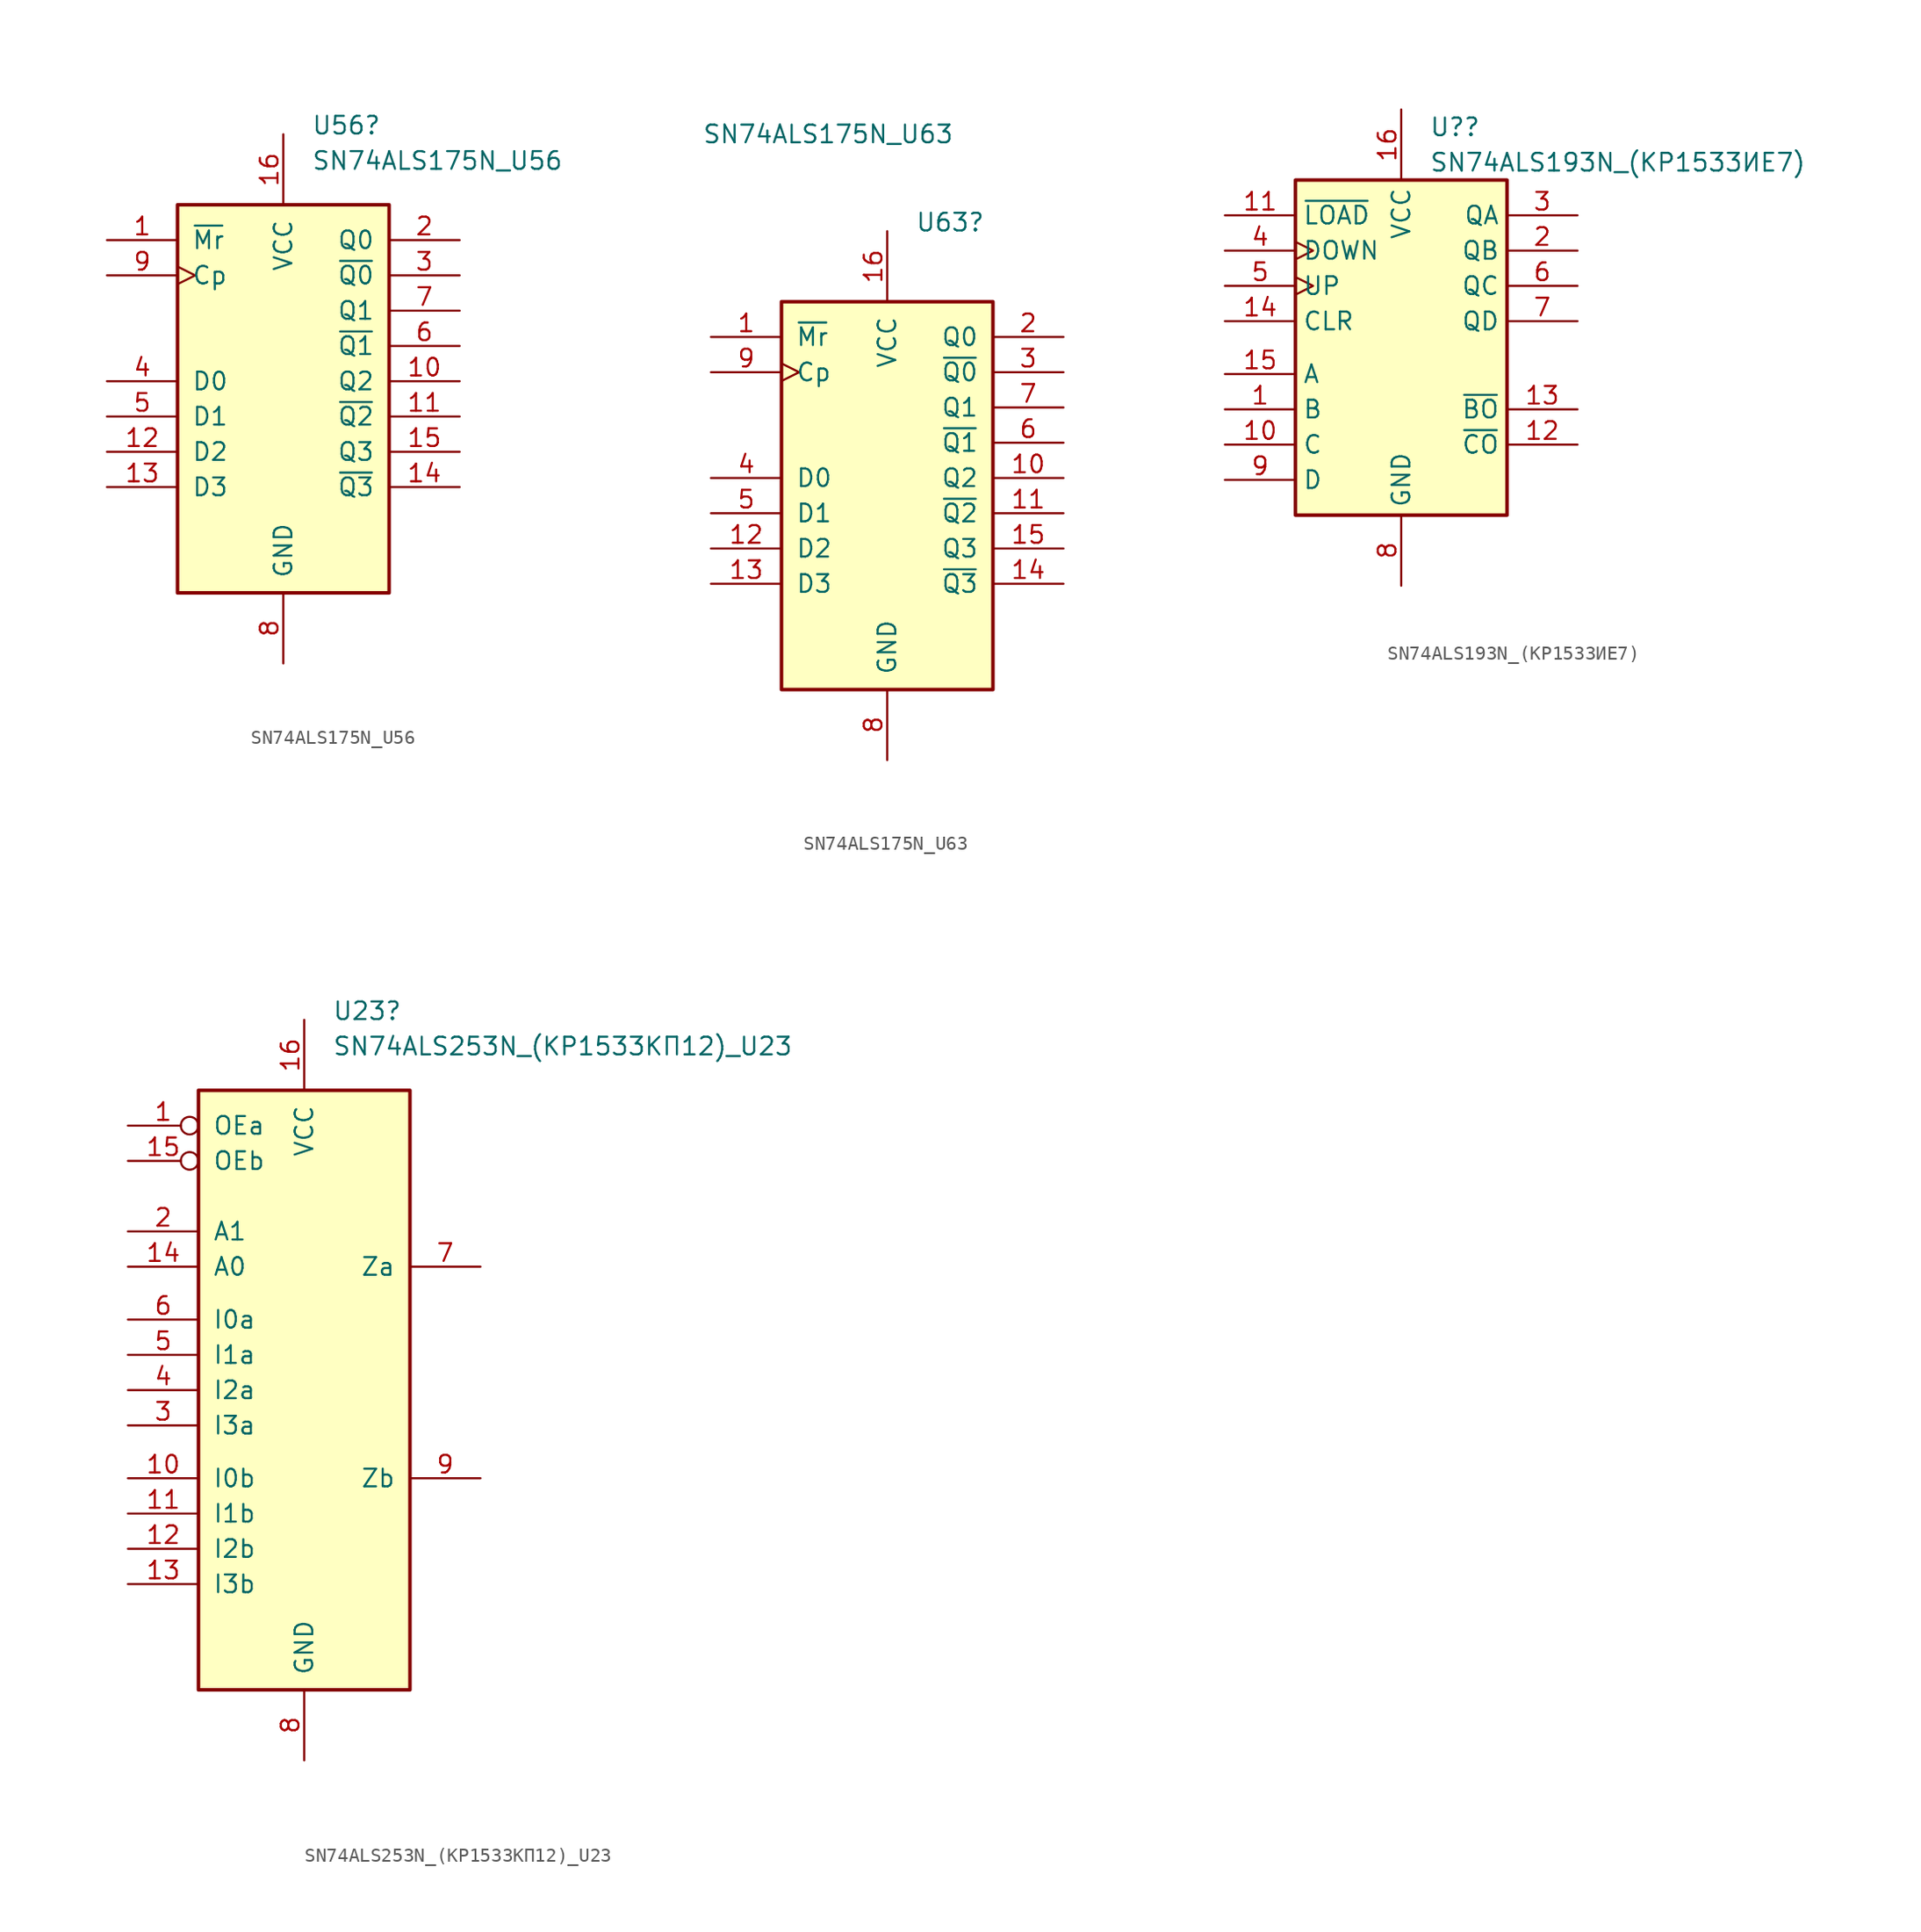
<source format=kicad_sym>
(kicad_symbol_lib
  (version 20211014)
  (generator kicad_symbol_editor)
  (symbol "SN74ALS175N_U56"
    (pin_names
      (offset 1.016))
    (property "Reference" "U56"
      (at 2.019 18.415 0)
      (effects (font (size 1.27 1.27)) (justify left)))
    (property "Value" "SN74ALS175N_U56"
      (at 2.019 15.875 0)
      (effects (font (size 1.27 1.27)) (justify left)))
    (property "ki_locked" ""
      (at 0 0 0)
      (effects (font (size 1.27 1.27))))
    (symbol "SN74ALS175N_U56_1_0"
      (pin input line (at -12.7 10.16 0) (length 5.08) (name "~{Mr}" (effects (font (size 1.27 1.27)))) (number "1" (effects (font (size 1.27 1.27)))))
      (pin output line (at 12.7 0 180) (length 5.08) (name "Q2" (effects (font (size 1.27 1.27)))) (number "10" (effects (font (size 1.27 1.27)))))
      (pin output line (at 12.7 -2.54 180) (length 5.08) (name "~{Q2}" (effects (font (size 1.27 1.27)))) (number "11" (effects (font (size 1.27 1.27)))))
      (pin input line (at -12.7 -5.08 0) (length 5.08) (name "D2" (effects (font (size 1.27 1.27)))) (number "12" (effects (font (size 1.27 1.27)))))
      (pin input line (at -12.7 -7.62 0) (length 5.08) (name "D3" (effects (font (size 1.27 1.27)))) (number "13" (effects (font (size 1.27 1.27)))))
      (pin output line (at 12.7 -7.62 180) (length 5.08) (name "~{Q3}" (effects (font (size 1.27 1.27)))) (number "14" (effects (font (size 1.27 1.27)))))
      (pin output line (at 12.7 -5.08 180) (length 5.08) (name "Q3" (effects (font (size 1.27 1.27)))) (number "15" (effects (font (size 1.27 1.27)))))
      (pin power_in line (at 0 17.78 270) (length 5.08) (name "VCC" (effects (font (size 1.27 1.27)))) (number "16" (effects (font (size 1.27 1.27)))))
      (pin output line (at 12.7 10.16 180) (length 5.08) (name "Q0" (effects (font (size 1.27 1.27)))) (number "2" (effects (font (size 1.27 1.27)))))
      (pin output line (at 12.7 7.62 180) (length 5.08) (name "~{Q0}" (effects (font (size 1.27 1.27)))) (number "3" (effects (font (size 1.27 1.27)))))
      (pin input line (at -12.7 0 0) (length 5.08) (name "D0" (effects (font (size 1.27 1.27)))) (number "4" (effects (font (size 1.27 1.27)))))
      (pin input line (at -12.7 -2.54 0) (length 5.08) (name "D1" (effects (font (size 1.27 1.27)))) (number "5" (effects (font (size 1.27 1.27)))))
      (pin output line (at 12.7 2.54 180) (length 5.08) (name "~{Q1}" (effects (font (size 1.27 1.27)))) (number "6" (effects (font (size 1.27 1.27)))))
      (pin output line (at 12.7 5.08 180) (length 5.08) (name "Q1" (effects (font (size 1.27 1.27)))) (number "7" (effects (font (size 1.27 1.27)))))
      (pin power_in line (at 0 -20.32 90) (length 5.08) (name "GND" (effects (font (size 1.27 1.27)))) (number "8" (effects (font (size 1.27 1.27)))))
      (pin input clock (at -12.7 7.62 0) (length 5.08) (name "Cp" (effects (font (size 1.27 1.27)))) (number "9" (effects (font (size 1.27 1.27))))))
    (symbol "SN74ALS175N_U56_1_1"
      (rectangle (start -7.62 12.7) (end 7.62 -15.24) (stroke (width 0.254) (type default) (color 0 0 0 0)) (fill (type background)))))
  (symbol "SN74ALS175N_U63"
    (pin_names
      (offset 1.016))
    (property "Reference" "U63"
      (at 2.019 18.415 0)
      (effects (font (size 1.27 1.27)) (justify left)))
    (property "Value" "SN74ALS175N_U63"
      (at -13.335 24.765 0)
      (effects (font (size 1.27 1.27)) (justify left)))
    (property "ki_locked" ""
      (at 0 0 0)
      (effects (font (size 1.27 1.27))))
    (symbol "SN74ALS175N_U63_1_0"
      (pin input line (at -12.7 10.16 0) (length 5.08) (name "~{Mr}" (effects (font (size 1.27 1.27)))) (number "1" (effects (font (size 1.27 1.27)))))
      (pin output line (at 12.7 0 180) (length 5.08) (name "Q2" (effects (font (size 1.27 1.27)))) (number "10" (effects (font (size 1.27 1.27)))))
      (pin output line (at 12.7 -2.54 180) (length 5.08) (name "~{Q2}" (effects (font (size 1.27 1.27)))) (number "11" (effects (font (size 1.27 1.27)))))
      (pin input line (at -12.7 -5.08 0) (length 5.08) (name "D2" (effects (font (size 1.27 1.27)))) (number "12" (effects (font (size 1.27 1.27)))))
      (pin input line (at -12.7 -7.62 0) (length 5.08) (name "D3" (effects (font (size 1.27 1.27)))) (number "13" (effects (font (size 1.27 1.27)))))
      (pin output line (at 12.7 -7.62 180) (length 5.08) (name "~{Q3}" (effects (font (size 1.27 1.27)))) (number "14" (effects (font (size 1.27 1.27)))))
      (pin output line (at 12.7 -5.08 180) (length 5.08) (name "Q3" (effects (font (size 1.27 1.27)))) (number "15" (effects (font (size 1.27 1.27)))))
      (pin power_in line (at 0 17.78 270) (length 5.08) (name "VCC" (effects (font (size 1.27 1.27)))) (number "16" (effects (font (size 1.27 1.27)))))
      (pin output line (at 12.7 10.16 180) (length 5.08) (name "Q0" (effects (font (size 1.27 1.27)))) (number "2" (effects (font (size 1.27 1.27)))))
      (pin output line (at 12.7 7.62 180) (length 5.08) (name "~{Q0}" (effects (font (size 1.27 1.27)))) (number "3" (effects (font (size 1.27 1.27)))))
      (pin input line (at -12.7 0 0) (length 5.08) (name "D0" (effects (font (size 1.27 1.27)))) (number "4" (effects (font (size 1.27 1.27)))))
      (pin input line (at -12.7 -2.54 0) (length 5.08) (name "D1" (effects (font (size 1.27 1.27)))) (number "5" (effects (font (size 1.27 1.27)))))
      (pin output line (at 12.7 2.54 180) (length 5.08) (name "~{Q1}" (effects (font (size 1.27 1.27)))) (number "6" (effects (font (size 1.27 1.27)))))
      (pin output line (at 12.7 5.08 180) (length 5.08) (name "Q1" (effects (font (size 1.27 1.27)))) (number "7" (effects (font (size 1.27 1.27)))))
      (pin power_in line (at 0 -20.32 90) (length 5.08) (name "GND" (effects (font (size 1.27 1.27)))) (number "8" (effects (font (size 1.27 1.27)))))
      (pin input clock (at -12.7 7.62 0) (length 5.08) (name "Cp" (effects (font (size 1.27 1.27)))) (number "9" (effects (font (size 1.27 1.27))))))
    (symbol "SN74ALS175N_U63_1_1"
      (rectangle (start -7.62 12.7) (end 7.62 -15.24) (stroke (width 0.254) (type default) (color 0 0 0 0)) (fill (type background)))))
  (symbol "SN74ALS193N_(КР1533ИЕ7)"
    (property "Reference" "U?"
      (at 2.019 16.51 0)
      (effects (font (size 1.27 1.27)) (justify left)))
    (property "Value" "SN74ALS193N_(КР1533ИЕ7)"
      (at 2.019 13.97 0)
      (effects (font (size 1.27 1.27)) (justify left)))
    (symbol "SN74ALS193N_(КР1533ИЕ7)_1_0"
      (pin input line (at -12.7 -3.81 0) (length 5.08) (name "B" (effects (font (size 1.27 1.27)))) (number "1" (effects (font (size 1.27 1.27)))))
      (pin input line (at -12.7 -6.35 0) (length 5.08) (name "C" (effects (font (size 1.27 1.27)))) (number "10" (effects (font (size 1.27 1.27)))))
      (pin input line (at -12.7 10.16 0) (length 5.08) (name "~{LOAD}" (effects (font (size 1.27 1.27)))) (number "11" (effects (font (size 1.27 1.27)))))
      (pin output line (at 12.7 -6.35 180) (length 5.08) (name "~{CO}" (effects (font (size 1.27 1.27)))) (number "12" (effects (font (size 1.27 1.27)))))
      (pin output line (at 12.7 -3.81 180) (length 5.08) (name "~{BO}" (effects (font (size 1.27 1.27)))) (number "13" (effects (font (size 1.27 1.27)))))
      (pin input line (at -12.7 2.54 0) (length 5.08) (name "CLR" (effects (font (size 1.27 1.27)))) (number "14" (effects (font (size 1.27 1.27)))))
      (pin input line (at -12.7 -1.27 0) (length 5.08) (name "A" (effects (font (size 1.27 1.27)))) (number "15" (effects (font (size 1.27 1.27)))))
      (pin power_in line (at 0 17.78 270) (length 5.08) (name "VCC" (effects (font (size 1.27 1.27)))) (number "16" (effects (font (size 1.27 1.27)))))
      (pin output line (at 12.7 7.62 180) (length 5.08) (name "QB" (effects (font (size 1.27 1.27)))) (number "2" (effects (font (size 1.27 1.27)))))
      (pin output line (at 12.7 10.16 180) (length 5.08) (name "QA" (effects (font (size 1.27 1.27)))) (number "3" (effects (font (size 1.27 1.27)))))
      (pin input clock (at -12.7 7.62 0) (length 5.08) (name "DOWN" (effects (font (size 1.27 1.27)))) (number "4" (effects (font (size 1.27 1.27)))))
      (pin input clock (at -12.7 5.08 0) (length 5.08) (name "UP" (effects (font (size 1.27 1.27)))) (number "5" (effects (font (size 1.27 1.27)))))
      (pin output line (at 12.7 5.08 180) (length 5.08) (name "QC" (effects (font (size 1.27 1.27)))) (number "6" (effects (font (size 1.27 1.27)))))
      (pin output line (at 12.7 2.54 180) (length 5.08) (name "QD" (effects (font (size 1.27 1.27)))) (number "7" (effects (font (size 1.27 1.27)))))
      (pin power_in line (at 0 -16.51 90) (length 5.08) (name "GND" (effects (font (size 1.27 1.27)))) (number "8" (effects (font (size 1.27 1.27)))))
      (pin input line (at -12.7 -8.89 0) (length 5.08) (name "D" (effects (font (size 1.27 1.27)))) (number "9" (effects (font (size 1.27 1.27))))))
    (symbol "SN74ALS193N_(КР1533ИЕ7)_1_1"
      (rectangle (start -7.62 12.7) (end 7.62 -11.43) (stroke (width 0.254) (type default) (color 0 0 0 0)) (fill (type background)))))
  (symbol "SN74ALS253N_(КР1533КП12)_U23"
    (pin_names
      (offset 1.016))
    (property "Reference" "U23"
      (at 2.019 26.035 0)
      (effects (font (size 1.27 1.27)) (justify left)))
    (property "Value" "SN74ALS253N_(КР1533КП12)_U23"
      (at 2.019 23.495 0)
      (effects (font (size 1.27 1.27)) (justify left)))
    (property "ki_locked" ""
      (at 0 0 0)
      (effects (font (size 1.27 1.27))))
    (symbol "SN74ALS253N_(КР1533КП12)_U23_1_0"
      (pin input inverted (at -12.7 17.78 0) (length 5.08) (name "OEa" (effects (font (size 1.27 1.27)))) (number "1" (effects (font (size 1.27 1.27)))))
      (pin input line (at -12.7 -7.62 0) (length 5.08) (name "I0b" (effects (font (size 1.27 1.27)))) (number "10" (effects (font (size 1.27 1.27)))))
      (pin input line (at -12.7 -10.16 0) (length 5.08) (name "I1b" (effects (font (size 1.27 1.27)))) (number "11" (effects (font (size 1.27 1.27)))))
      (pin input line (at -12.7 -12.7 0) (length 5.08) (name "I2b" (effects (font (size 1.27 1.27)))) (number "12" (effects (font (size 1.27 1.27)))))
      (pin input line (at -12.7 -15.24 0) (length 5.08) (name "I3b" (effects (font (size 1.27 1.27)))) (number "13" (effects (font (size 1.27 1.27)))))
      (pin input line (at -12.7 7.62 0) (length 5.08) (name "A0" (effects (font (size 1.27 1.27)))) (number "14" (effects (font (size 1.27 1.27)))))
      (pin input inverted (at -12.7 15.24 0) (length 5.08) (name "OEb" (effects (font (size 1.27 1.27)))) (number "15" (effects (font (size 1.27 1.27)))))
      (pin power_in line (at 0 25.4 270) (length 5.08) (name "VCC" (effects (font (size 1.27 1.27)))) (number "16" (effects (font (size 1.27 1.27)))))
      (pin input line (at -12.7 10.16 0) (length 5.08) (name "A1" (effects (font (size 1.27 1.27)))) (number "2" (effects (font (size 1.27 1.27)))))
      (pin input line (at -12.7 -3.81 0) (length 5.08) (name "I3a" (effects (font (size 1.27 1.27)))) (number "3" (effects (font (size 1.27 1.27)))))
      (pin input line (at -12.7 -1.27 0) (length 5.08) (name "I2a" (effects (font (size 1.27 1.27)))) (number "4" (effects (font (size 1.27 1.27)))))
      (pin input line (at -12.7 1.27 0) (length 5.08) (name "I1a" (effects (font (size 1.27 1.27)))) (number "5" (effects (font (size 1.27 1.27)))))
      (pin input line (at -12.7 3.81 0) (length 5.08) (name "I0a" (effects (font (size 1.27 1.27)))) (number "6" (effects (font (size 1.27 1.27)))))
      (pin tri_state line (at 12.7 7.62 180) (length 5.08) (name "Za" (effects (font (size 1.27 1.27)))) (number "7" (effects (font (size 1.27 1.27)))))
      (pin power_in line (at 0 -27.94 90) (length 5.08) (name "GND" (effects (font (size 1.27 1.27)))) (number "8" (effects (font (size 1.27 1.27)))))
      (pin tri_state line (at 12.7 -7.62 180) (length 5.08) (name "Zb" (effects (font (size 1.27 1.27)))) (number "9" (effects (font (size 1.27 1.27))))))
    (symbol "SN74ALS253N_(КР1533КП12)_U23_1_1"
      (rectangle (start -7.62 20.32) (end 7.62 -22.86) (stroke (width 0.254) (type default) (color 0 0 0 0)) (fill (type background))))))
</source>
